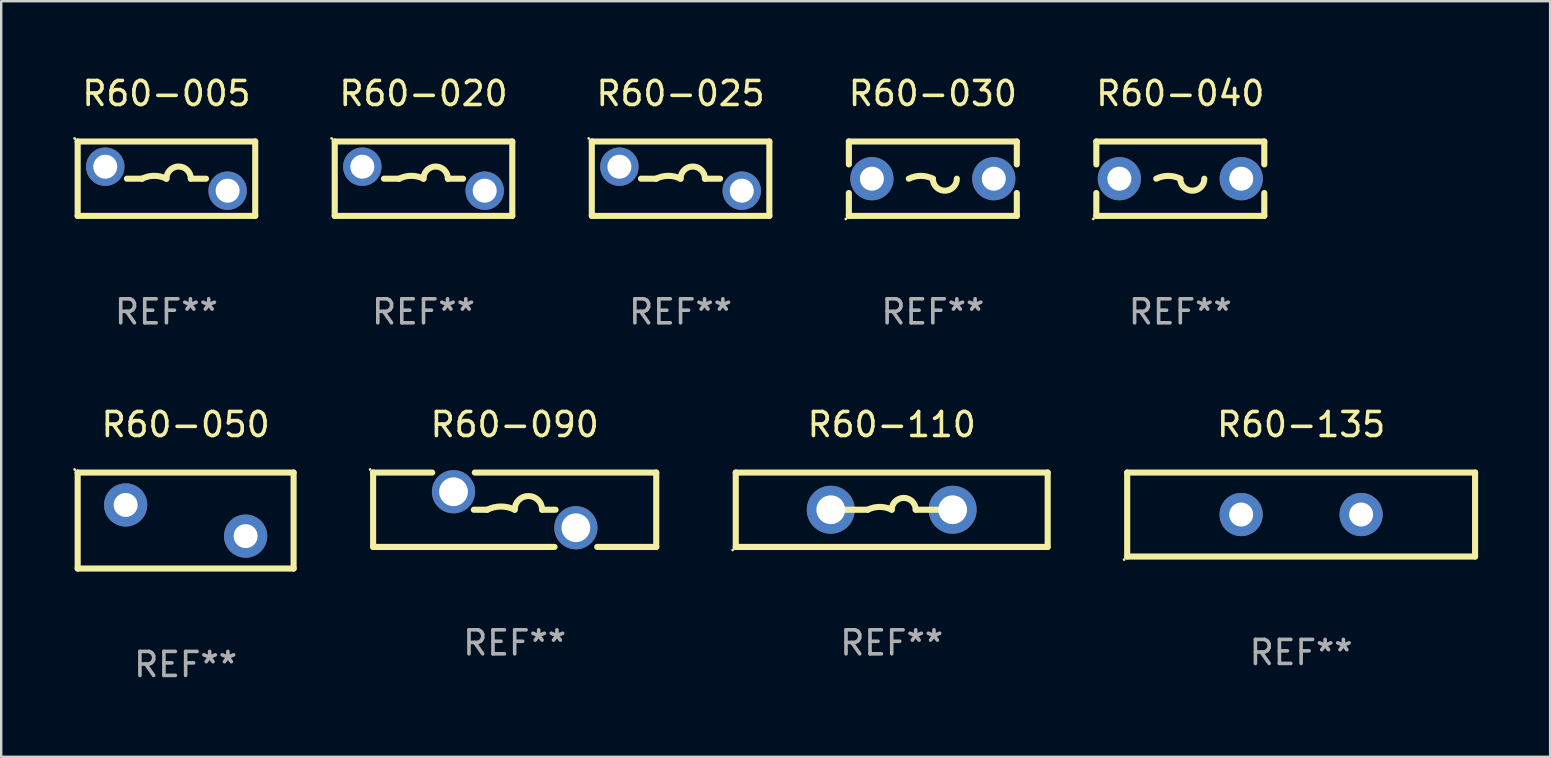
<source format=kicad_pcb>
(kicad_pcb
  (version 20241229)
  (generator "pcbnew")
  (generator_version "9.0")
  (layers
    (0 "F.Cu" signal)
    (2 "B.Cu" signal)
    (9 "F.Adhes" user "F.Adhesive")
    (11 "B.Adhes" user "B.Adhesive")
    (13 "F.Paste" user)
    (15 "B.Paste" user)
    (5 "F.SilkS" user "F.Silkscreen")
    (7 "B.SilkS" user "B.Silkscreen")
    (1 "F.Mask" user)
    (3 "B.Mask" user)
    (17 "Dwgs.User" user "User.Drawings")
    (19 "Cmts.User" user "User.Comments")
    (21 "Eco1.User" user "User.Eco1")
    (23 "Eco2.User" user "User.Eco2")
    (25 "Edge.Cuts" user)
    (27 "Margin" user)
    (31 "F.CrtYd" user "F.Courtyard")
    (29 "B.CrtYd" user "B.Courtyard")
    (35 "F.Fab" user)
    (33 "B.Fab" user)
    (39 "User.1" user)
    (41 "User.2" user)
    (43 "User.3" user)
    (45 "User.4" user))
  (footprint "R60-050"
    (layer "F.Cu")
    (at 4.687 18.645)
    (property "Reference" "R60-050" (at 0 -4 0) (layer "F.SilkS") (effects (font (size 1 1) (thickness 0.15))))
    (attr through_hole)
    (fp_line (start -4.5 -2) (end 4.5 -2) (stroke (width 0.254) (type solid)) (layer "F.SilkS"))
    (fp_line (start -4.5 2) (end -4.5 -2) (stroke (width 0.254) (type solid)) (layer "F.SilkS"))
    (fp_line (start 4.5 -2) (end 4.5 2) (stroke (width 0.254) (type solid)) (layer "F.SilkS"))
    (fp_line (start 4.5 2) (end -4.5 2) (stroke (width 0.254) (type solid)) (layer "F.SilkS"))
    (fp_circle (center -4.627 -2.127) (end -4.597 -2.127) (stroke (width 0.06) (type solid)) (fill no) (layer "F.SilkS"))
    (fp_text user "REF**" (at 0 6 0) (layer "F.Fab") (effects (font (size 1 1) (thickness 0.15))))
    (pad "1" thru_hole circle (at -2.5 -0.65) (size 1.8 1.8) (drill 1) (layers "*.Cu" "*.Mask"))
    (pad "2" thru_hole circle (at 2.5 0.65) (size 1.8 1.8) (drill 1) (layers "*.Cu" "*.Mask")))
  (footprint "R60-030"
    (layer "F.Cu")
    (at 35.829 4.398)
    (property "Reference" "R60-030" (at 0 -3.55 0) (layer "F.SilkS") (effects (font (size 1 1) (thickness 0.15))))
    (attr through_hole)
    (fp_line (start -3.5 -1.55) (end -3.5 -0.596) (stroke (width 0.254) (type solid)) (layer "F.SilkS"))
    (fp_line (start -3.5 -1.55) (end 3.5 -1.55) (stroke (width 0.254) (type solid)) (layer "F.SilkS"))
    (fp_line (start -3.5 0.596) (end -3.5 1.55) (stroke (width 0.254) (type solid)) (layer "F.SilkS"))
    (fp_line (start 3.5 -1.55) (end 3.5 -0.596) (stroke (width 0.254) (type solid)) (layer "F.SilkS"))
    (fp_line (start 3.5 0.596) (end 3.5 1.55) (stroke (width 0.254) (type solid)) (layer "F.SilkS"))
    (fp_line (start 3.5 1.55) (end -3.5 1.55) (stroke (width 0.254) (type solid)) (layer "F.SilkS"))
    (fp_arc (start -1.000762 0) (mid -0.500381 -0.118151) (end 0 0) (stroke (width 0.254001) (type solid)) (layer "F.SilkS"))
    (fp_arc (start 1.000762 0) (mid 0.500381 0.500127) (end 0 0) (stroke (width 0.254001) (type solid)) (layer "F.SilkS"))
    (fp_circle (center -3.627 1.677) (end -3.597 1.677) (stroke (width 0.06) (type solid)) (fill no) (layer "F.SilkS"))
    (fp_text user "REF**" (at 0 5.55 0) (layer "F.Fab") (effects (font (size 1 1) (thickness 0.15))))
    (pad "1" thru_hole circle (at -2.54 0) (size 1.8 1.8) (drill 1) (layers "*.Cu" "*.Mask"))
    (pad "2" thru_hole circle (at 2.54 0) (size 1.8 1.8) (drill 1) (layers "*.Cu" "*.Mask")))
  (footprint "R60-025"
    (layer "F.Cu")
    (at 25.315 4.398)
    (property "Reference" "R60-025" (at 0 -3.55 0) (layer "F.SilkS") (effects (font (size 1 1) (thickness 0.15))))
    (attr through_hole)
    (fp_line (start -3.7 -1.55) (end 3.7 -1.55) (stroke (width 0.254) (type solid)) (layer "F.SilkS"))
    (fp_line (start -3.7 1.55) (end -3.7 -1.55) (stroke (width 0.254) (type solid)) (layer "F.SilkS"))
    (fp_line (start -1.649 0) (end -1.016 0) (stroke (width 0.254) (type solid)) (layer "F.SilkS"))
    (fp_line (start 1.649 0) (end 1.016 0) (stroke (width 0.254) (type solid)) (layer "F.SilkS"))
    (fp_line (start 3.7 -1.55) (end 3.7 1.55) (stroke (width 0.254) (type solid)) (layer "F.SilkS"))
    (fp_line (start 3.7 1.55) (end -3.7 1.55) (stroke (width 0.254) (type solid)) (layer "F.SilkS"))
    (fp_arc (start -1.016002 0) (mid -0.508001 -0.119923) (end 0 0) (stroke (width 0.254001) (type solid)) (layer "F.SilkS"))
    (fp_arc (start 0 0) (mid 0.508001 -0.508001) (end 1.016002 0) (stroke (width 0.254001) (type solid)) (layer "F.SilkS"))
    (fp_circle (center -3.827 -1.677) (end -3.797 -1.677) (stroke (width 0.06) (type solid)) (fill no) (layer "F.SilkS"))
    (fp_text user "REF**" (at 0 5.55 0) (layer "F.Fab") (effects (font (size 1 1) (thickness 0.15))))
    (pad "1" thru_hole circle (at -2.55 -0.5) (size 1.6 1.6) (drill 1) (layers "*.Cu" "*.Mask"))
    (pad "2" thru_hole circle (at 2.55 0.5) (size 1.6 1.6) (drill 1) (layers "*.Cu" "*.Mask")))
  (footprint "R60-040"
    (layer "F.Cu")
    (at 46.143 4.398)
    (property "Reference" "R60-040" (at 0 -3.55 0) (layer "F.SilkS") (effects (font (size 1 1) (thickness 0.15))))
    (attr through_hole)
    (fp_line (start -3.5 -1.55) (end -3.5 -0.596) (stroke (width 0.254) (type solid)) (layer "F.SilkS"))
    (fp_line (start -3.5 -1.55) (end 3.5 -1.55) (stroke (width 0.254) (type solid)) (layer "F.SilkS"))
    (fp_line (start -3.5 0.596) (end -3.5 1.55) (stroke (width 0.254) (type solid)) (layer "F.SilkS"))
    (fp_line (start 3.5 -1.55) (end 3.5 -0.596) (stroke (width 0.254) (type solid)) (layer "F.SilkS"))
    (fp_line (start 3.5 0.596) (end 3.5 1.55) (stroke (width 0.254) (type solid)) (layer "F.SilkS"))
    (fp_line (start 3.5 1.55) (end -3.5 1.55) (stroke (width 0.254) (type solid)) (layer "F.SilkS"))
    (fp_arc (start -1.000762 0) (mid -0.500381 -0.118151) (end 0 0) (stroke (width 0.254001) (type solid)) (layer "F.SilkS"))
    (fp_arc (start 1.000762 0) (mid 0.500381 0.500127) (end 0 0) (stroke (width 0.254001) (type solid)) (layer "F.SilkS"))
    (fp_circle (center -3.627 1.677) (end -3.597 1.677) (stroke (width 0.06) (type solid)) (fill no) (layer "F.SilkS"))
    (fp_text user "REF**" (at 0 5.55 0) (layer "F.Fab") (effects (font (size 1 1) (thickness 0.15))))
    (pad "1" thru_hole circle (at -2.54 0) (size 1.8 1.8) (drill 1) (layers "*.Cu" "*.Mask"))
    (pad "2" thru_hole circle (at 2.54 0) (size 1.8 1.8) (drill 1) (layers "*.Cu" "*.Mask")))
  (footprint "R60-110"
    (layer "F.Cu")
    (at 34.115 18.195)
    (property "Reference" "R60-110" (at 0 -3.55 0) (layer "F.SilkS") (effects (font (size 1 1) (thickness 0.15))))
    (attr through_hole)
    (fp_line (start -6.5 -1.55) (end 6.5 -1.55) (stroke (width 0.254) (type solid)) (layer "F.SilkS"))
    (fp_line (start -6.5 1.55) (end -6.5 -1.55) (stroke (width 0.254) (type solid)) (layer "F.SilkS"))
    (fp_line (start -1 -0.000127) (end -2 -0.000127) (stroke (width 0.254) (type solid)) (layer "F.SilkS"))
    (fp_line (start 1 -0.000127) (end 2 -0.000127) (stroke (width 0.254) (type solid)) (layer "F.SilkS"))
    (fp_line (start 6.5 -1.55) (end 6.5 1.55) (stroke (width 0.254) (type solid)) (layer "F.SilkS"))
    (fp_line (start 6.5 1.55) (end -6.5 1.55) (stroke (width 0.254) (type solid)) (layer "F.SilkS"))
    (fp_arc (start -1.000127 -0.000127) (mid -0.500127 -0.118148) (end -0.000127 -0.000127) (stroke (width 0.254001) (type solid)) (layer "F.SilkS"))
    (fp_arc (start -0.000127 -0.000127) (mid 0.500254 -0.5) (end 1.000635 -0.000127) (stroke (width 0.254001) (type solid)) (layer "F.SilkS"))
    (fp_circle (center -6.627 1.677) (end -6.597 1.677) (stroke (width 0.06) (type solid)) (fill no) (layer "F.SilkS"))
    (fp_text user "REF**" (at 0 5.55 0) (layer "F.Fab") (effects (font (size 1 1) (thickness 0.15))))
    (pad "1" thru_hole circle (at -2.54 -0.000127) (size 2 2) (drill 1.2) (layers "*.Cu" "*.Mask"))
    (pad "2" thru_hole circle (at 2.54 -0.000127) (size 2 2) (drill 1.2) (layers "*.Cu" "*.Mask")))
  (footprint "R60-020"
    (layer "F.Cu")
    (at 14.601 4.398)
    (property "Reference" "R60-020" (at 0 -3.55 0) (layer "F.SilkS") (effects (font (size 1 1) (thickness 0.15))))
    (attr through_hole)
    (fp_line (start -3.7 -1.55) (end 3.7 -1.55) (stroke (width 0.254) (type solid)) (layer "F.SilkS"))
    (fp_line (start -3.7 1.55) (end -3.7 -1.55) (stroke (width 0.254) (type solid)) (layer "F.SilkS"))
    (fp_line (start -1.649 0) (end -1.016 0) (stroke (width 0.254) (type solid)) (layer "F.SilkS"))
    (fp_line (start 1.649 0) (end 1.016 0) (stroke (width 0.254) (type solid)) (layer "F.SilkS"))
    (fp_line (start 3.7 -1.55) (end 3.7 1.55) (stroke (width 0.254) (type solid)) (layer "F.SilkS"))
    (fp_line (start 3.7 1.55) (end -3.7 1.55) (stroke (width 0.254) (type solid)) (layer "F.SilkS"))
    (fp_arc (start -1.016002 0) (mid -0.508001 -0.119923) (end 0 0) (stroke (width 0.254001) (type solid)) (layer "F.SilkS"))
    (fp_arc (start 0 0) (mid 0.508001 -0.508001) (end 1.016002 0) (stroke (width 0.254001) (type solid)) (layer "F.SilkS"))
    (fp_circle (center -3.827 -1.677) (end -3.797 -1.677) (stroke (width 0.06) (type solid)) (fill no) (layer "F.SilkS"))
    (fp_text user "REF**" (at 0 5.55 0) (layer "F.Fab") (effects (font (size 1 1) (thickness 0.15))))
    (pad "1" thru_hole circle (at -2.55 -0.5) (size 1.6 1.6) (drill 1) (layers "*.Cu" "*.Mask"))
    (pad "2" thru_hole circle (at 2.55 0.5) (size 1.6 1.6) (drill 1) (layers "*.Cu" "*.Mask")))
  (footprint "R60-135"
    (layer "F.Cu")
    (at 51.179 18.395)
    (property "Reference" "R60-135" (at 0 -3.75 0) (layer "F.SilkS") (effects (font (size 1 1) (thickness 0.15))))
    (attr through_hole)
    (fp_line (start -7.25 -1.75) (end -7.25 1.75) (stroke (width 0.254) (type solid)) (layer "F.SilkS"))
    (fp_line (start -7.25 -1.75) (end 7.25 -1.75) (stroke (width 0.254) (type solid)) (layer "F.SilkS"))
    (fp_line (start 7.25 -1.75) (end 7.25 1.75) (stroke (width 0.254) (type solid)) (layer "F.SilkS"))
    (fp_line (start 7.25 1.75) (end -7.25 1.75) (stroke (width 0.254) (type solid)) (layer "F.SilkS"))
    (fp_circle (center -7.377 1.877) (end -7.347 1.877) (stroke (width 0.06) (type solid)) (fill no) (layer "F.SilkS"))
    (fp_text user "REF**" (at 0 5.75 0) (layer "F.Fab") (effects (font (size 1 1) (thickness 0.15))))
    (pad "1" thru_hole circle (at -2.5 0) (size 1.8 1.8) (drill 1) (layers "*.Cu" "*.Mask"))
    (pad "2" thru_hole circle (at 2.5 0) (size 1.8 1.8) (drill 1) (layers "*.Cu" "*.Mask")))
  (footprint "R60-005"
    (layer "F.Cu")
    (at 3.887 4.398)
    (property "Reference" "R60-005" (at 0 -3.55 0) (layer "F.SilkS") (effects (font (size 1 1) (thickness 0.15))))
    (attr through_hole)
    (fp_line (start -3.7 -1.55) (end 3.7 -1.55) (stroke (width 0.254) (type solid)) (layer "F.SilkS"))
    (fp_line (start -3.7 1.55) (end -3.7 -1.55) (stroke (width 0.254) (type solid)) (layer "F.SilkS"))
    (fp_line (start -1.649 0) (end -1.016 0) (stroke (width 0.254) (type solid)) (layer "F.SilkS"))
    (fp_line (start 1.649 0) (end 1.016 0) (stroke (width 0.254) (type solid)) (layer "F.SilkS"))
    (fp_line (start 3.7 -1.55) (end 3.7 1.55) (stroke (width 0.254) (type solid)) (layer "F.SilkS"))
    (fp_line (start 3.7 1.55) (end -3.7 1.55) (stroke (width 0.254) (type solid)) (layer "F.SilkS"))
    (fp_arc (start -1.016002 0) (mid -0.508001 -0.119923) (end 0 0) (stroke (width 0.254001) (type solid)) (layer "F.SilkS"))
    (fp_arc (start 0 0) (mid 0.508001 -0.508001) (end 1.016002 0) (stroke (width 0.254001) (type solid)) (layer "F.SilkS"))
    (fp_circle (center -3.827 -1.677) (end -3.797 -1.677) (stroke (width 0.06) (type solid)) (fill no) (layer "F.SilkS"))
    (fp_text user "REF**" (at 0 5.55 0) (layer "F.Fab") (effects (font (size 1 1) (thickness 0.15))))
    (pad "1" thru_hole circle (at -2.55 -0.5) (size 1.6 1.6) (drill 1) (layers "*.Cu" "*.Mask"))
    (pad "2" thru_hole circle (at 2.55 0.5) (size 1.6 1.6) (drill 1) (layers "*.Cu" "*.Mask")))
  (footprint "R60-090"
    (layer "F.Cu")
    (at 18.401 18.195)
    (property "Reference" "R60-090" (at 0 -3.55 0) (layer "F.SilkS") (effects (font (size 1 1) (thickness 0.15))))
    (attr through_hole)
    (fp_line (start -5.9 -1.55) (end -5.9 1.55) (stroke (width 0.254) (type solid)) (layer "F.SilkS"))
    (fp_line (start -5.9 -1.55) (end -3.438 -1.55) (stroke (width 0.254) (type solid)) (layer "F.SilkS"))
    (fp_line (start -5.9 1.55) (end 1.662 1.55) (stroke (width 0.254) (type solid)) (layer "F.SilkS"))
    (fp_line (start -1.704 0) (end -1.143 0) (stroke (width 0.254) (type solid)) (layer "F.SilkS"))
    (fp_line (start -1.662 -1.55) (end 5.9 -1.55) (stroke (width 0.254) (type solid)) (layer "F.SilkS"))
    (fp_line (start 1.704 0.000025) (end 1.143 0.000025) (stroke (width 0.254) (type solid)) (layer "F.SilkS"))
    (fp_line (start 3.438 1.55) (end 5.9 1.55) (stroke (width 0.254) (type solid)) (layer "F.SilkS"))
    (fp_line (start 5.9 -1.55) (end 5.9 1.55) (stroke (width 0.254) (type solid)) (layer "F.SilkS"))
    (fp_arc (start -1.143002 0) (mid -0.571501 -0.134913) (end 0 0) (stroke (width 0.254001) (type solid)) (layer "F.SilkS"))
    (fp_arc (start 0 0) (mid 0.571501 -0.571501) (end 1.143002 0) (stroke (width 0.254001) (type solid)) (layer "F.SilkS"))
    (fp_circle (center -6.027 -1.677) (end -5.997 -1.677) (stroke (width 0.06) (type solid)) (fill no) (layer "F.SilkS"))
    (fp_text user "REF**" (at 0 5.55 0) (layer "F.Fab") (effects (font (size 1 1) (thickness 0.15))))
    (pad "1" thru_hole circle (at -2.55 -0.75) (size 1.8 1.8) (drill 1.2) (layers "*.Cu" "*.Mask"))
    (pad "2" thru_hole circle (at 2.55 0.75) (size 1.8 1.8) (drill 1.2) (layers "*.Cu" "*.Mask")))
  (gr_rect
    (start -3 -3)
    (end 61.556 28.493)
    (stroke (width 0.1) (type default))
    (fill no)
    (layer "Edge.Cuts")))
</source>
